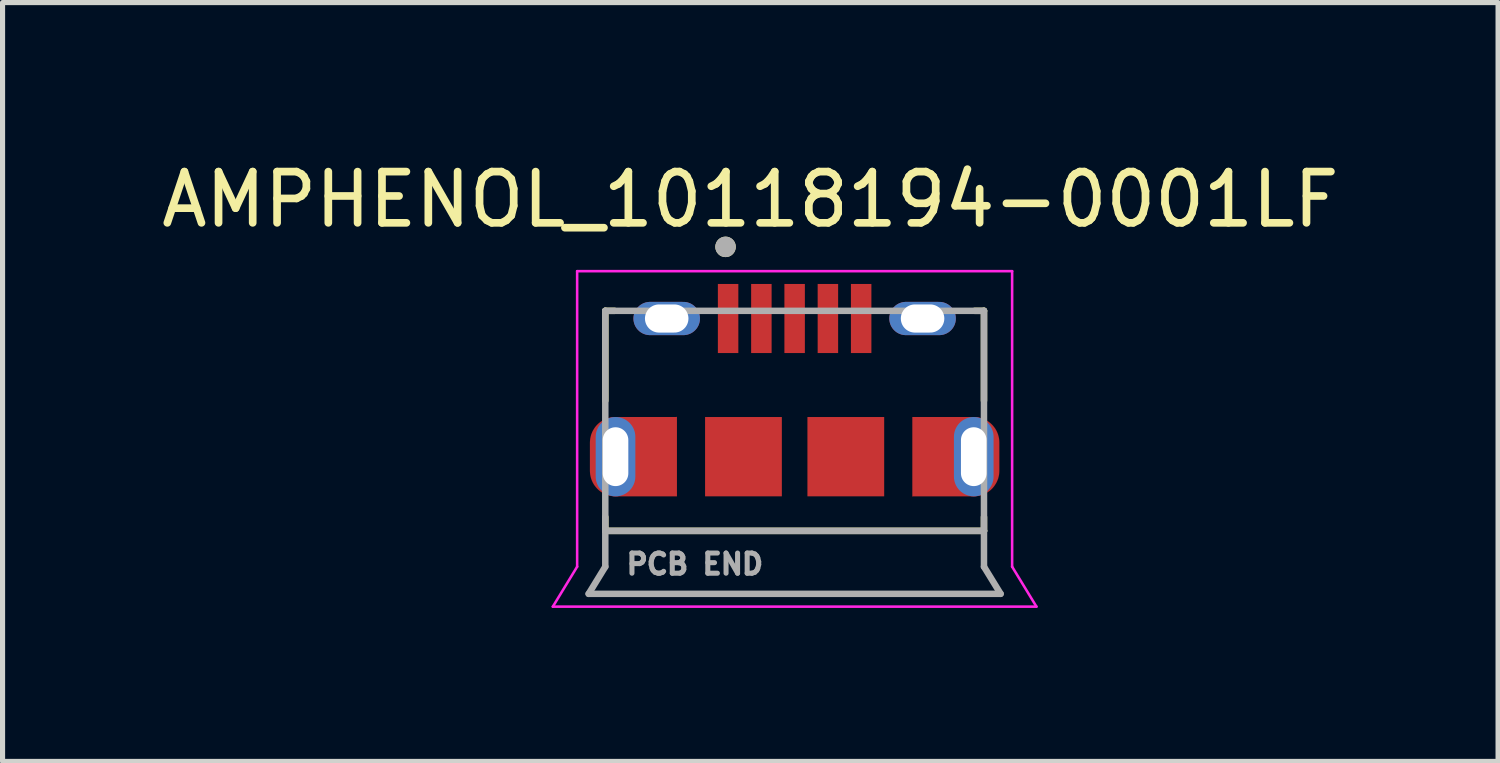
<source format=kicad_pcb>
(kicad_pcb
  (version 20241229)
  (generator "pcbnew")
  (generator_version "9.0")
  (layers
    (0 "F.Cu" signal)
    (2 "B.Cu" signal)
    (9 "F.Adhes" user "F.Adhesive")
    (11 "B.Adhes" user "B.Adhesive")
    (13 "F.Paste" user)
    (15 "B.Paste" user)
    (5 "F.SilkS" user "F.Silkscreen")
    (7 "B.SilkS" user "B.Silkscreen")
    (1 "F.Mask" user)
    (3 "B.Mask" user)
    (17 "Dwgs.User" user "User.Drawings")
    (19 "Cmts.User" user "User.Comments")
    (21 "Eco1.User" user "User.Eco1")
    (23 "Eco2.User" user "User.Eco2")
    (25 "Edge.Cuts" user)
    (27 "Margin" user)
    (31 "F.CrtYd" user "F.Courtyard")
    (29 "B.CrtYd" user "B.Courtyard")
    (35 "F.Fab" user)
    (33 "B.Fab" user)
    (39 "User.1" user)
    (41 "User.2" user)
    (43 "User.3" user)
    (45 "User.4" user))
  (footprint "AMPHENOL_10118194-0001LF"
    (layer "F.Cu")
    (at 12.478 5.874)
    (property "Reference" "AMPHENOL_10118194-0001LF" (at -0.866 -5.025 0) (layer "F.SilkS") (effects (font (size 1.001 1.001) (thickness 0.15))))
    (attr through_hole)
    (fp_poly (pts (xy -2.3 -0.78) (xy -2.3 0.775) (xy -3.498 0.775) (xy -3.498 0.575) (xy -3.486 0.575) (xy -3.473 0.574) (xy -3.46 0.572) (xy -3.447 0.57) (xy -3.434 0.567) (xy -3.422 0.563) (xy -3.41 0.558) (xy -3.398 0.553) (xy -3.386 0.548) (xy -3.374 0.542) (xy -3.363 0.535) (xy -3.353 0.527) (xy -3.342 0.52) (xy -3.332 0.511) (xy -3.323 0.502) (xy -3.314 0.493) (xy -3.305 0.483) (xy -3.298 0.472) (xy -3.29 0.462) (xy -3.283 0.451) (xy -3.277 0.439) (xy -3.272 0.427) (xy -3.267 0.415) (xy -3.262 0.403) (xy -3.258 0.391) (xy -3.255 0.378) (xy -3.253 0.365) (xy -3.251 0.352) (xy -3.25 0.339) (xy -3.25 0.325) (xy -3.25 0.315) (xy -3.25 -0.315) (xy -3.25 -0.325) (xy -3.25 -0.338) (xy -3.251 -0.351) (xy -3.253 -0.364) (xy -3.255 -0.377) (xy -3.259 -0.39) (xy -3.262 -0.402) (xy -3.267 -0.415) (xy -3.272 -0.427) (xy -3.277 -0.438) (xy -3.283 -0.45) (xy -3.29 -0.461) (xy -3.298 -0.472) (xy -3.306 -0.482) (xy -3.314 -0.492) (xy -3.323 -0.502) (xy -3.333 -0.511) (xy -3.343 -0.519) (xy -3.353 -0.527) (xy -3.364 -0.535) (xy -3.375 -0.542) (xy -3.387 -0.548) (xy -3.398 -0.553) (xy -3.41 -0.558) (xy -3.423 -0.563) (xy -3.435 -0.566) (xy -3.448 -0.57) (xy -3.461 -0.572) (xy -3.474 -0.574) (xy -3.487 -0.575) (xy -3.5 -0.575) (xy -3.513 -0.575) (xy -3.526 -0.574) (xy -3.539 -0.572) (xy -3.552 -0.57) (xy -3.565 -0.566) (xy -3.577 -0.563) (xy -3.59 -0.558) (xy -3.602 -0.553) (xy -3.613 -0.548) (xy -3.625 -0.542) (xy -3.636 -0.535) (xy -3.647 -0.527) (xy -3.657 -0.519) (xy -3.667 -0.511) (xy -3.677 -0.502) (xy -3.686 -0.492) (xy -3.694 -0.482) (xy -3.702 -0.472) (xy -3.71 -0.461) (xy -3.717 -0.45) (xy -3.723 -0.438) (xy -3.728 -0.427) (xy -3.733 -0.415) (xy -3.738 -0.402) (xy -3.741 -0.39) (xy -3.745 -0.377) (xy -3.747 -0.364) (xy -3.749 -0.351) (xy -3.75 -0.338) (xy -3.75 -0.325) (xy -3.75 0.325) (xy -3.75 0.339) (xy -3.749 0.352) (xy -3.747 0.365) (xy -3.745 0.378) (xy -3.742 0.391) (xy -3.738 0.403) (xy -3.733 0.415) (xy -3.728 0.427) (xy -3.723 0.439) (xy -3.717 0.451) (xy -3.71 0.462) (xy -3.702 0.472) (xy -3.695 0.483) (xy -3.686 0.493) (xy -3.677 0.502) (xy -3.668 0.511) (xy -3.658 0.52) (xy -3.647 0.527) (xy -3.637 0.535) (xy -3.626 0.542) (xy -3.614 0.548) (xy -3.602 0.553) (xy -3.59 0.558) (xy -3.578 0.563) (xy -3.566 0.567) (xy -3.553 0.57) (xy -3.54 0.572) (xy -3.527 0.574) (xy -3.514 0.575) (xy -3.502 0.575) (xy -3.502 0.775) (xy -3.527 0.774) (xy -3.553 0.772) (xy -3.579 0.769) (xy -3.605 0.764) (xy -3.63 0.758) (xy -3.655 0.751) (xy -3.68 0.742) (xy -3.704 0.732) (xy -3.728 0.721) (xy -3.751 0.708) (xy -3.773 0.695) (xy -3.794 0.68) (xy -3.815 0.664) (xy -3.835 0.647) (xy -3.854 0.629) (xy -3.872 0.61) (xy -3.889 0.59) (xy -3.905 0.569) (xy -3.92 0.548) (xy -3.933 0.526) (xy -3.946 0.503) (xy -3.957 0.479) (xy -3.967 0.455) (xy -3.976 0.43) (xy -3.983 0.405) (xy -3.989 0.38) (xy -3.994 0.354) (xy -3.997 0.328) (xy -3.999 0.302) (xy -4 0.275) (xy -4 -0.275) (xy -3.999 -0.301) (xy -3.997 -0.327) (xy -3.994 -0.353) (xy -3.989 -0.379) (xy -3.983 -0.404) (xy -3.976 -0.43) (xy -3.967 -0.454) (xy -3.957 -0.478) (xy -3.946 -0.502) (xy -3.933 -0.525) (xy -3.919 -0.547) (xy -3.905 -0.569) (xy -3.889 -0.59) (xy -3.872 -0.61) (xy -3.854 -0.629) (xy -3.835 -0.647) (xy -3.815 -0.664) (xy -3.794 -0.68) (xy -3.772 -0.694) (xy -3.75 -0.708) (xy -3.727 -0.721) (xy -3.703 -0.732) (xy -3.679 -0.742) (xy -3.655 -0.751) (xy -3.629 -0.758) (xy -3.604 -0.764) (xy -3.578 -0.769) (xy -3.552 -0.772) (xy -3.526 -0.774) (xy -3.5 -0.775) (xy -2.305 -0.775) (xy -2.305 -0.78) (xy -2.3 -0.78)) (stroke (width 0.001) (type solid)) (fill yes) (layer "F.Cu"))
    (fp_poly (pts (xy 2.3 0.78) (xy 2.3 -0.775) (xy 3.498 -0.775) (xy 3.498 -0.575) (xy 3.486 -0.575) (xy 3.473 -0.574) (xy 3.46 -0.572) (xy 3.447 -0.57) (xy 3.434 -0.567) (xy 3.422 -0.563) (xy 3.41 -0.558) (xy 3.398 -0.553) (xy 3.386 -0.548) (xy 3.374 -0.542) (xy 3.363 -0.535) (xy 3.353 -0.527) (xy 3.342 -0.52) (xy 3.332 -0.511) (xy 3.323 -0.502) (xy 3.314 -0.493) (xy 3.305 -0.483) (xy 3.298 -0.472) (xy 3.29 -0.462) (xy 3.283 -0.451) (xy 3.277 -0.439) (xy 3.272 -0.427) (xy 3.267 -0.415) (xy 3.262 -0.403) (xy 3.258 -0.391) (xy 3.255 -0.378) (xy 3.253 -0.365) (xy 3.251 -0.352) (xy 3.25 -0.339) (xy 3.25 -0.325) (xy 3.25 -0.315) (xy 3.25 0.315) (xy 3.25 0.325) (xy 3.25 0.338) (xy 3.251 0.351) (xy 3.253 0.364) (xy 3.255 0.377) (xy 3.259 0.39) (xy 3.262 0.402) (xy 3.267 0.415) (xy 3.272 0.427) (xy 3.277 0.438) (xy 3.283 0.45) (xy 3.29 0.461) (xy 3.298 0.472) (xy 3.306 0.482) (xy 3.314 0.492) (xy 3.323 0.502) (xy 3.333 0.511) (xy 3.343 0.519) (xy 3.353 0.527) (xy 3.364 0.535) (xy 3.375 0.542) (xy 3.387 0.548) (xy 3.398 0.553) (xy 3.41 0.558) (xy 3.423 0.563) (xy 3.435 0.566) (xy 3.448 0.57) (xy 3.461 0.572) (xy 3.474 0.574) (xy 3.487 0.575) (xy 3.5 0.575) (xy 3.513 0.575) (xy 3.526 0.574) (xy 3.539 0.572) (xy 3.552 0.57) (xy 3.565 0.566) (xy 3.577 0.563) (xy 3.59 0.558) (xy 3.602 0.553) (xy 3.613 0.548) (xy 3.625 0.542) (xy 3.636 0.535) (xy 3.647 0.527) (xy 3.657 0.519) (xy 3.667 0.511) (xy 3.677 0.502) (xy 3.686 0.492) (xy 3.694 0.482) (xy 3.702 0.472) (xy 3.71 0.461) (xy 3.717 0.45) (xy 3.723 0.438) (xy 3.728 0.427) (xy 3.733 0.415) (xy 3.738 0.402) (xy 3.741 0.39) (xy 3.745 0.377) (xy 3.747 0.364) (xy 3.749 0.351) (xy 3.75 0.338) (xy 3.75 0.325) (xy 3.75 -0.325) (xy 3.75 -0.339) (xy 3.749 -0.352) (xy 3.747 -0.365) (xy 3.745 -0.378) (xy 3.742 -0.391) (xy 3.738 -0.403) (xy 3.733 -0.415) (xy 3.728 -0.427) (xy 3.723 -0.439) (xy 3.717 -0.451) (xy 3.71 -0.462) (xy 3.702 -0.472) (xy 3.695 -0.483) (xy 3.686 -0.493) (xy 3.677 -0.502) (xy 3.668 -0.511) (xy 3.658 -0.52) (xy 3.647 -0.527) (xy 3.637 -0.535) (xy 3.626 -0.542) (xy 3.614 -0.548) (xy 3.602 -0.553) (xy 3.59 -0.558) (xy 3.578 -0.563) (xy 3.566 -0.567) (xy 3.553 -0.57) (xy 3.54 -0.572) (xy 3.527 -0.574) (xy 3.514 -0.575) (xy 3.502 -0.575) (xy 3.502 -0.775) (xy 3.527 -0.774) (xy 3.553 -0.772) (xy 3.579 -0.769) (xy 3.605 -0.764) (xy 3.63 -0.758) (xy 3.655 -0.751) (xy 3.68 -0.742) (xy 3.704 -0.732) (xy 3.728 -0.721) (xy 3.751 -0.708) (xy 3.773 -0.695) (xy 3.794 -0.68) (xy 3.815 -0.664) (xy 3.835 -0.647) (xy 3.854 -0.629) (xy 3.872 -0.61) (xy 3.889 -0.59) (xy 3.905 -0.569) (xy 3.92 -0.548) (xy 3.933 -0.526) (xy 3.946 -0.503) (xy 3.957 -0.479) (xy 3.967 -0.455) (xy 3.976 -0.43) (xy 3.983 -0.405) (xy 3.989 -0.38) (xy 3.994 -0.354) (xy 3.997 -0.328) (xy 3.999 -0.302) (xy 4 -0.275) (xy 4 0.275) (xy 3.999 0.301) (xy 3.997 0.327) (xy 3.994 0.353) (xy 3.989 0.379) (xy 3.983 0.404) (xy 3.976 0.43) (xy 3.967 0.454) (xy 3.957 0.478) (xy 3.946 0.502) (xy 3.933 0.525) (xy 3.919 0.547) (xy 3.905 0.569) (xy 3.889 0.59) (xy 3.872 0.61) (xy 3.854 0.629) (xy 3.835 0.647) (xy 3.815 0.664) (xy 3.794 0.68) (xy 3.772 0.694) (xy 3.75 0.708) (xy 3.727 0.721) (xy 3.703 0.732) (xy 3.679 0.742) (xy 3.655 0.751) (xy 3.629 0.758) (xy 3.604 0.764) (xy 3.578 0.769) (xy 3.552 0.772) (xy 3.526 0.774) (xy 3.5 0.775) (xy 2.305 0.775) (xy 2.305 0.78) (xy 2.3 0.78)) (stroke (width 0.001) (type solid)) (fill yes) (layer "F.Cu"))
    (fp_poly (pts (xy -3.6 -0.875) (xy -2.2 -0.875) (xy -2.2 0.875) (xy -3.6 0.875) (xy -3.626 0.874) (xy -3.652 0.872) (xy -3.678 0.869) (xy -3.704 0.864) (xy -3.729 0.858) (xy -3.755 0.851) (xy -3.779 0.842) (xy -3.803 0.832) (xy -3.827 0.821) (xy -3.85 0.808) (xy -3.872 0.794) (xy -3.894 0.78) (xy -3.915 0.764) (xy -3.935 0.747) (xy -3.954 0.729) (xy -3.972 0.71) (xy -3.989 0.69) (xy -4.005 0.669) (xy -4.019 0.647) (xy -4.033 0.625) (xy -4.046 0.602) (xy -4.057 0.578) (xy -4.067 0.554) (xy -4.076 0.53) (xy -4.083 0.504) (xy -4.089 0.479) (xy -4.094 0.453) (xy -4.097 0.427) (xy -4.099 0.401) (xy -4.1 0.375) (xy -4.1 -0.375) (xy -4.099 -0.401) (xy -4.097 -0.427) (xy -4.094 -0.453) (xy -4.089 -0.479) (xy -4.083 -0.504) (xy -4.076 -0.53) (xy -4.067 -0.554) (xy -4.057 -0.578) (xy -4.046 -0.602) (xy -4.033 -0.625) (xy -4.019 -0.647) (xy -4.005 -0.669) (xy -3.989 -0.69) (xy -3.972 -0.71) (xy -3.954 -0.729) (xy -3.935 -0.747) (xy -3.915 -0.764) (xy -3.894 -0.78) (xy -3.872 -0.794) (xy -3.85 -0.808) (xy -3.827 -0.821) (xy -3.803 -0.832) (xy -3.779 -0.842) (xy -3.755 -0.851) (xy -3.729 -0.858) (xy -3.704 -0.864) (xy -3.678 -0.869) (xy -3.652 -0.872) (xy -3.626 -0.874) (xy -3.6 -0.875)) (stroke (width 0.0001) (type solid)) (fill yes) (layer "F.Mask"))
    (fp_poly (pts (xy 3.6 0.875) (xy 2.2 0.875) (xy 2.2 -0.875) (xy 3.6 -0.875) (xy 3.626 -0.874) (xy 3.652 -0.872) (xy 3.678 -0.869) (xy 3.704 -0.864) (xy 3.729 -0.858) (xy 3.755 -0.851) (xy 3.779 -0.842) (xy 3.803 -0.832) (xy 3.827 -0.821) (xy 3.85 -0.808) (xy 3.872 -0.794) (xy 3.894 -0.78) (xy 3.915 -0.764) (xy 3.935 -0.747) (xy 3.954 -0.729) (xy 3.972 -0.71) (xy 3.989 -0.69) (xy 4.005 -0.669) (xy 4.019 -0.647) (xy 4.033 -0.625) (xy 4.046 -0.602) (xy 4.057 -0.578) (xy 4.067 -0.554) (xy 4.076 -0.53) (xy 4.083 -0.504) (xy 4.089 -0.479) (xy 4.094 -0.453) (xy 4.097 -0.427) (xy 4.099 -0.401) (xy 4.1 -0.375) (xy 4.1 0.375) (xy 4.099 0.401) (xy 4.097 0.427) (xy 4.094 0.453) (xy 4.089 0.479) (xy 4.083 0.504) (xy 4.076 0.53) (xy 4.067 0.554) (xy 4.057 0.578) (xy 4.046 0.602) (xy 4.033 0.625) (xy 4.019 0.647) (xy 4.005 0.669) (xy 3.989 0.69) (xy 3.972 0.71) (xy 3.954 0.729) (xy 3.935 0.747) (xy 3.915 0.764) (xy 3.894 0.78) (xy 3.872 0.794) (xy 3.85 0.808) (xy 3.827 0.821) (xy 3.803 0.832) (xy 3.779 0.842) (xy 3.755 0.851) (xy 3.729 0.858) (xy 3.704 0.864) (xy 3.678 0.869) (xy 3.652 0.872) (xy 3.626 0.874) (xy 3.6 0.875)) (stroke (width 0.0001) (type solid)) (fill yes) (layer "F.Mask"))
    (fp_line (start -3.7 -2.85) (end -3.7 -1.095) (stroke (width 0.127) (type solid)) (layer "F.SilkS"))
    (fp_line (start -3.7 -2.85) (end -3.52 -2.85) (stroke (width 0.127) (type solid)) (layer "F.SilkS"))
    (fp_line (start -3.7 1.45) (end -3.7 1.18) (stroke (width 0.127) (type solid)) (layer "F.SilkS"))
    (fp_line (start -3.7 1.45) (end 3.7 1.45) (stroke (width 0.127) (type solid)) (layer "F.SilkS"))
    (fp_line (start 3.7 -2.85) (end 3.52 -2.85) (stroke (width 0.127) (type solid)) (layer "F.SilkS"))
    (fp_line (start 3.7 -2.85) (end 3.7 -1.095) (stroke (width 0.127) (type solid)) (layer "F.SilkS"))
    (fp_line (start 3.7 1.18) (end 3.7 1.45) (stroke (width 0.127) (type solid)) (layer "F.SilkS"))
    (fp_circle (center -1.35 -4.1) (end -1.25 -4.1) (stroke (width 0.2) (type solid)) (fill no) (layer "F.SilkS"))
    (fp_line (start -3.5 -0.77) (end -3.5 -0.6) (stroke (width 0.0001) (type solid)) (layer "F.Paste"))
    (fp_line (start 3.5 0.77) (end 3.5 0.6) (stroke (width 0.0001) (type solid)) (layer "F.Paste"))
    (fp_poly (pts (xy -3.5 -0.775) (xy -3.5 -0.575) (xy -3.487 -0.575) (xy -3.474 -0.574) (xy -3.461 -0.572) (xy -3.448 -0.57) (xy -3.435 -0.566) (xy -3.423 -0.563) (xy -3.41 -0.558) (xy -3.398 -0.553) (xy -3.387 -0.548) (xy -3.375 -0.542) (xy -3.364 -0.535) (xy -3.353 -0.527) (xy -3.343 -0.519) (xy -3.333 -0.511) (xy -3.323 -0.502) (xy -3.314 -0.492) (xy -3.306 -0.482) (xy -3.298 -0.472) (xy -3.29 -0.461) (xy -3.283 -0.45) (xy -3.277 -0.438) (xy -3.272 -0.427) (xy -3.267 -0.415) (xy -3.262 -0.402) (xy -3.259 -0.39) (xy -3.255 -0.377) (xy -3.253 -0.364) (xy -3.251 -0.351) (xy -3.25 -0.338) (xy -3.25 -0.325) (xy -3.25 0.325) (xy -3.25 0.338) (xy -3.251 0.351) (xy -3.253 0.364) (xy -3.255 0.377) (xy -3.259 0.39) (xy -3.262 0.402) (xy -3.267 0.415) (xy -3.272 0.427) (xy -3.277 0.438) (xy -3.283 0.45) (xy -3.29 0.461) (xy -3.298 0.472) (xy -3.306 0.482) (xy -3.314 0.492) (xy -3.323 0.502) (xy -3.333 0.511) (xy -3.343 0.519) (xy -3.353 0.527) (xy -3.364 0.535) (xy -3.375 0.542) (xy -3.387 0.548) (xy -3.398 0.553) (xy -3.41 0.558) (xy -3.423 0.563) (xy -3.435 0.566) (xy -3.448 0.57) (xy -3.461 0.572) (xy -3.474 0.574) (xy -3.487 0.575) (xy -3.5 0.575) (xy -3.5 0.775) (xy -2.3 0.775) (xy -2.3 -0.775) (xy -3.5 -0.775)) (stroke (width 0.0001) (type solid)) (fill yes) (layer "F.Paste"))
    (fp_poly (pts (xy 3.5 0.775) (xy 3.5 0.575) (xy 3.487 0.575) (xy 3.474 0.574) (xy 3.461 0.572) (xy 3.448 0.57) (xy 3.435 0.566) (xy 3.423 0.563) (xy 3.41 0.558) (xy 3.398 0.553) (xy 3.387 0.548) (xy 3.375 0.542) (xy 3.364 0.535) (xy 3.353 0.527) (xy 3.343 0.519) (xy 3.333 0.511) (xy 3.323 0.502) (xy 3.314 0.492) (xy 3.306 0.482) (xy 3.298 0.472) (xy 3.29 0.461) (xy 3.283 0.45) (xy 3.277 0.438) (xy 3.272 0.427) (xy 3.267 0.415) (xy 3.262 0.402) (xy 3.259 0.39) (xy 3.255 0.377) (xy 3.253 0.364) (xy 3.251 0.351) (xy 3.25 0.338) (xy 3.25 0.325) (xy 3.25 -0.325) (xy 3.25 -0.338) (xy 3.251 -0.351) (xy 3.253 -0.364) (xy 3.255 -0.377) (xy 3.259 -0.39) (xy 3.262 -0.402) (xy 3.267 -0.415) (xy 3.272 -0.427) (xy 3.277 -0.438) (xy 3.283 -0.45) (xy 3.29 -0.461) (xy 3.298 -0.472) (xy 3.306 -0.482) (xy 3.314 -0.492) (xy 3.323 -0.502) (xy 3.333 -0.511) (xy 3.343 -0.519) (xy 3.353 -0.527) (xy 3.364 -0.535) (xy 3.375 -0.542) (xy 3.387 -0.548) (xy 3.398 -0.553) (xy 3.41 -0.558) (xy 3.423 -0.563) (xy 3.435 -0.566) (xy 3.448 -0.57) (xy 3.461 -0.572) (xy 3.474 -0.574) (xy 3.487 -0.575) (xy 3.5 -0.575) (xy 3.5 -0.775) (xy 2.3 -0.775) (xy 2.3 0.775) (xy 3.5 0.775)) (stroke (width 0.0001) (type solid)) (fill yes) (layer "F.Paste"))
    (fp_poly (pts (xy -3.5 -0.775) (xy -3.5 -0.575) (xy -3.513 -0.575) (xy -3.526 -0.574) (xy -3.539 -0.572) (xy -3.552 -0.57) (xy -3.565 -0.566) (xy -3.577 -0.563) (xy -3.59 -0.558) (xy -3.602 -0.553) (xy -3.613 -0.548) (xy -3.625 -0.542) (xy -3.636 -0.535) (xy -3.647 -0.527) (xy -3.657 -0.519) (xy -3.667 -0.511) (xy -3.677 -0.502) (xy -3.686 -0.492) (xy -3.694 -0.482) (xy -3.702 -0.472) (xy -3.71 -0.461) (xy -3.717 -0.45) (xy -3.723 -0.438) (xy -3.728 -0.427) (xy -3.733 -0.415) (xy -3.738 -0.402) (xy -3.741 -0.39) (xy -3.745 -0.377) (xy -3.747 -0.364) (xy -3.749 -0.351) (xy -3.75 -0.338) (xy -3.75 -0.325) (xy -3.75 0.325) (xy -3.75 0.338) (xy -3.749 0.351) (xy -3.747 0.364) (xy -3.745 0.377) (xy -3.741 0.39) (xy -3.738 0.402) (xy -3.733 0.415) (xy -3.728 0.427) (xy -3.723 0.438) (xy -3.717 0.45) (xy -3.71 0.461) (xy -3.702 0.472) (xy -3.694 0.482) (xy -3.686 0.492) (xy -3.677 0.502) (xy -3.667 0.511) (xy -3.657 0.519) (xy -3.647 0.527) (xy -3.636 0.535) (xy -3.625 0.542) (xy -3.613 0.548) (xy -3.602 0.553) (xy -3.59 0.558) (xy -3.577 0.563) (xy -3.565 0.566) (xy -3.552 0.57) (xy -3.539 0.572) (xy -3.526 0.574) (xy -3.513 0.575) (xy -3.5 0.575) (xy -3.5 0.775) (xy -3.526 0.774) (xy -3.552 0.772) (xy -3.578 0.769) (xy -3.604 0.764) (xy -3.629 0.758) (xy -3.655 0.751) (xy -3.679 0.742) (xy -3.703 0.732) (xy -3.727 0.721) (xy -3.75 0.708) (xy -3.772 0.694) (xy -3.794 0.68) (xy -3.815 0.664) (xy -3.835 0.647) (xy -3.854 0.629) (xy -3.872 0.61) (xy -3.889 0.59) (xy -3.905 0.569) (xy -3.919 0.547) (xy -3.933 0.525) (xy -3.946 0.502) (xy -3.957 0.478) (xy -3.967 0.454) (xy -3.976 0.43) (xy -3.983 0.404) (xy -3.989 0.379) (xy -3.994 0.353) (xy -3.997 0.327) (xy -3.999 0.301) (xy -4 0.275) (xy -4 -0.275) (xy -3.999 -0.301) (xy -3.997 -0.327) (xy -3.994 -0.353) (xy -3.989 -0.379) (xy -3.983 -0.404) (xy -3.976 -0.43) (xy -3.967 -0.454) (xy -3.957 -0.478) (xy -3.946 -0.502) (xy -3.933 -0.525) (xy -3.919 -0.547) (xy -3.905 -0.569) (xy -3.889 -0.59) (xy -3.872 -0.61) (xy -3.854 -0.629) (xy -3.835 -0.647) (xy -3.815 -0.664) (xy -3.794 -0.68) (xy -3.772 -0.694) (xy -3.75 -0.708) (xy -3.727 -0.721) (xy -3.703 -0.732) (xy -3.679 -0.742) (xy -3.655 -0.751) (xy -3.629 -0.758) (xy -3.604 -0.764) (xy -3.578 -0.769) (xy -3.552 -0.772) (xy -3.526 -0.774) (xy -3.5 -0.775)) (stroke (width 0.0001) (type solid)) (fill yes) (layer "F.Paste"))
    (fp_poly (pts (xy 3.5 0.775) (xy 3.5 0.575) (xy 3.513 0.575) (xy 3.526 0.574) (xy 3.539 0.572) (xy 3.552 0.57) (xy 3.565 0.566) (xy 3.577 0.563) (xy 3.59 0.558) (xy 3.602 0.553) (xy 3.613 0.548) (xy 3.625 0.542) (xy 3.636 0.535) (xy 3.647 0.527) (xy 3.657 0.519) (xy 3.667 0.511) (xy 3.677 0.502) (xy 3.686 0.492) (xy 3.694 0.482) (xy 3.702 0.472) (xy 3.71 0.461) (xy 3.717 0.45) (xy 3.723 0.438) (xy 3.728 0.427) (xy 3.733 0.415) (xy 3.738 0.402) (xy 3.741 0.39) (xy 3.745 0.377) (xy 3.747 0.364) (xy 3.749 0.351) (xy 3.75 0.338) (xy 3.75 0.325) (xy 3.75 -0.325) (xy 3.75 -0.338) (xy 3.749 -0.351) (xy 3.747 -0.364) (xy 3.745 -0.377) (xy 3.741 -0.39) (xy 3.738 -0.402) (xy 3.733 -0.415) (xy 3.728 -0.427) (xy 3.723 -0.438) (xy 3.717 -0.45) (xy 3.71 -0.461) (xy 3.702 -0.472) (xy 3.694 -0.482) (xy 3.686 -0.492) (xy 3.677 -0.502) (xy 3.667 -0.511) (xy 3.657 -0.519) (xy 3.647 -0.527) (xy 3.636 -0.535) (xy 3.625 -0.542) (xy 3.613 -0.548) (xy 3.602 -0.553) (xy 3.59 -0.558) (xy 3.577 -0.563) (xy 3.565 -0.566) (xy 3.552 -0.57) (xy 3.539 -0.572) (xy 3.526 -0.574) (xy 3.513 -0.575) (xy 3.5 -0.575) (xy 3.5 -0.775) (xy 3.526 -0.774) (xy 3.552 -0.772) (xy 3.578 -0.769) (xy 3.604 -0.764) (xy 3.629 -0.758) (xy 3.655 -0.751) (xy 3.679 -0.742) (xy 3.703 -0.732) (xy 3.727 -0.721) (xy 3.75 -0.708) (xy 3.772 -0.694) (xy 3.794 -0.68) (xy 3.815 -0.664) (xy 3.835 -0.647) (xy 3.854 -0.629) (xy 3.872 -0.61) (xy 3.889 -0.59) (xy 3.905 -0.569) (xy 3.919 -0.547) (xy 3.933 -0.525) (xy 3.946 -0.502) (xy 3.957 -0.478) (xy 3.967 -0.454) (xy 3.976 -0.43) (xy 3.983 -0.404) (xy 3.989 -0.379) (xy 3.994 -0.353) (xy 3.997 -0.327) (xy 3.999 -0.301) (xy 4 -0.275) (xy 4 0.275) (xy 3.999 0.301) (xy 3.997 0.327) (xy 3.994 0.353) (xy 3.989 0.379) (xy 3.983 0.404) (xy 3.976 0.43) (xy 3.967 0.454) (xy 3.957 0.478) (xy 3.946 0.502) (xy 3.933 0.525) (xy 3.919 0.547) (xy 3.905 0.569) (xy 3.889 0.59) (xy 3.872 0.61) (xy 3.854 0.629) (xy 3.835 0.647) (xy 3.815 0.664) (xy 3.794 0.68) (xy 3.772 0.694) (xy 3.75 0.708) (xy 3.727 0.721) (xy 3.703 0.732) (xy 3.679 0.742) (xy 3.655 0.751) (xy 3.629 0.758) (xy 3.604 0.764) (xy 3.578 0.769) (xy 3.552 0.772) (xy 3.526 0.774) (xy 3.5 0.775)) (stroke (width 0.0001) (type solid)) (fill yes) (layer "F.Paste"))
    (fp_line (start -4.725 2.93) (end -4.25 2.15) (stroke (width 0.05) (type solid)) (layer "F.CrtYd"))
    (fp_line (start -4.25 -3.625) (end 4.25 -3.625) (stroke (width 0.05) (type solid)) (layer "F.CrtYd"))
    (fp_line (start -4.25 2.15) (end -4.25 -3.625) (stroke (width 0.05) (type solid)) (layer "F.CrtYd"))
    (fp_line (start 4.25 2.15) (end 4.25 -3.625) (stroke (width 0.05) (type solid)) (layer "F.CrtYd"))
    (fp_line (start 4.725 2.93) (end -4.725 2.93) (stroke (width 0.05) (type solid)) (layer "F.CrtYd"))
    (fp_line (start 4.725 2.93) (end 4.25 2.15) (stroke (width 0.05) (type solid)) (layer "F.CrtYd"))
    (fp_line (start -4.025 2.68) (end 4.025 2.68) (stroke (width 0.127) (type solid)) (layer "F.Fab"))
    (fp_line (start -3.7 -2.85) (end -3.7 1.45) (stroke (width 0.127) (type solid)) (layer "F.Fab"))
    (fp_line (start -3.7 -2.85) (end 3.7 -2.85) (stroke (width 0.127) (type solid)) (layer "F.Fab"))
    (fp_line (start -3.7 1.45) (end -3.7 2.15) (stroke (width 0.127) (type solid)) (layer "F.Fab"))
    (fp_line (start -3.7 1.45) (end 3.7 1.45) (stroke (width 0.127) (type solid)) (layer "F.Fab"))
    (fp_line (start -3.7 2.15) (end -4.025 2.68) (stroke (width 0.127) (type solid)) (layer "F.Fab"))
    (fp_line (start 3.7 1.45) (end 3.7 -2.85) (stroke (width 0.127) (type solid)) (layer "F.Fab"))
    (fp_line (start 3.7 2.15) (end 3.7 1.45) (stroke (width 0.127) (type solid)) (layer "F.Fab"))
    (fp_line (start 4.025 2.68) (end 3.7 2.15) (stroke (width 0.127) (type solid)) (layer "F.Fab"))
    (fp_circle (center -1.35 -4.1) (end -1.25 -4.1) (stroke (width 0.2) (type solid)) (fill no) (layer "F.Fab"))
    (fp_text user "PCB END" (at -1.95 2.1 0) (layer "F.Fab") (effects (font (size 0.394 0.394) (thickness 0.15))))
    (pad "1" smd rect (at -1.3 -2.7) (size 0.4 1.35) (layers "F.Cu" "F.Mask" "F.Paste"))
    (pad "2" smd rect (at -0.65 -2.7) (size 0.4 1.35) (layers "F.Cu" "F.Mask" "F.Paste"))
    (pad "3" smd rect (at 0 -2.7) (size 0.4 1.35) (layers "F.Cu" "F.Mask" "F.Paste"))
    (pad "4" smd rect (at 0.65 -2.7) (size 0.4 1.35) (layers "F.Cu" "F.Mask" "F.Paste"))
    (pad "5" smd rect (at 1.3 -2.7) (size 0.4 1.35) (layers "F.Cu" "F.Mask" "F.Paste"))
    (pad "S1" thru_hole oval (at -2.5 -2.7) (size 1.3 0.65) (drill oval 0.85 0.55) (layers "*.Cu" "*.Mask"))
    (pad "S2" thru_hole oval (at 2.5 -2.7) (size 1.3 0.65) (drill oval 0.85 0.55) (layers "*.Cu" "*.Mask"))
    (pad "S3" thru_hole oval (at -3.5 0) (size 0.775 1.55) (drill oval 0.5 1.15) (layers "*.Cu" "*.Mask"))
    (pad "S4" smd rect (at -1 0) (size 1.5 1.55) (layers "F.Cu" "F.Mask" "F.Paste"))
    (pad "S5" smd rect (at 1 0) (size 1.5 1.55) (layers "F.Cu" "F.Mask" "F.Paste"))
    (pad "S6" thru_hole oval (at 3.5 0) (size 0.775 1.55) (drill oval 0.5 1.15) (layers "*.Cu" "*.Mask")))
  (gr_rect
    (start -3 -3)
    (end 26.224 11.829)
    (stroke (width 0.1) (type default))
    (fill no)
    (layer "Edge.Cuts")))
</source>
